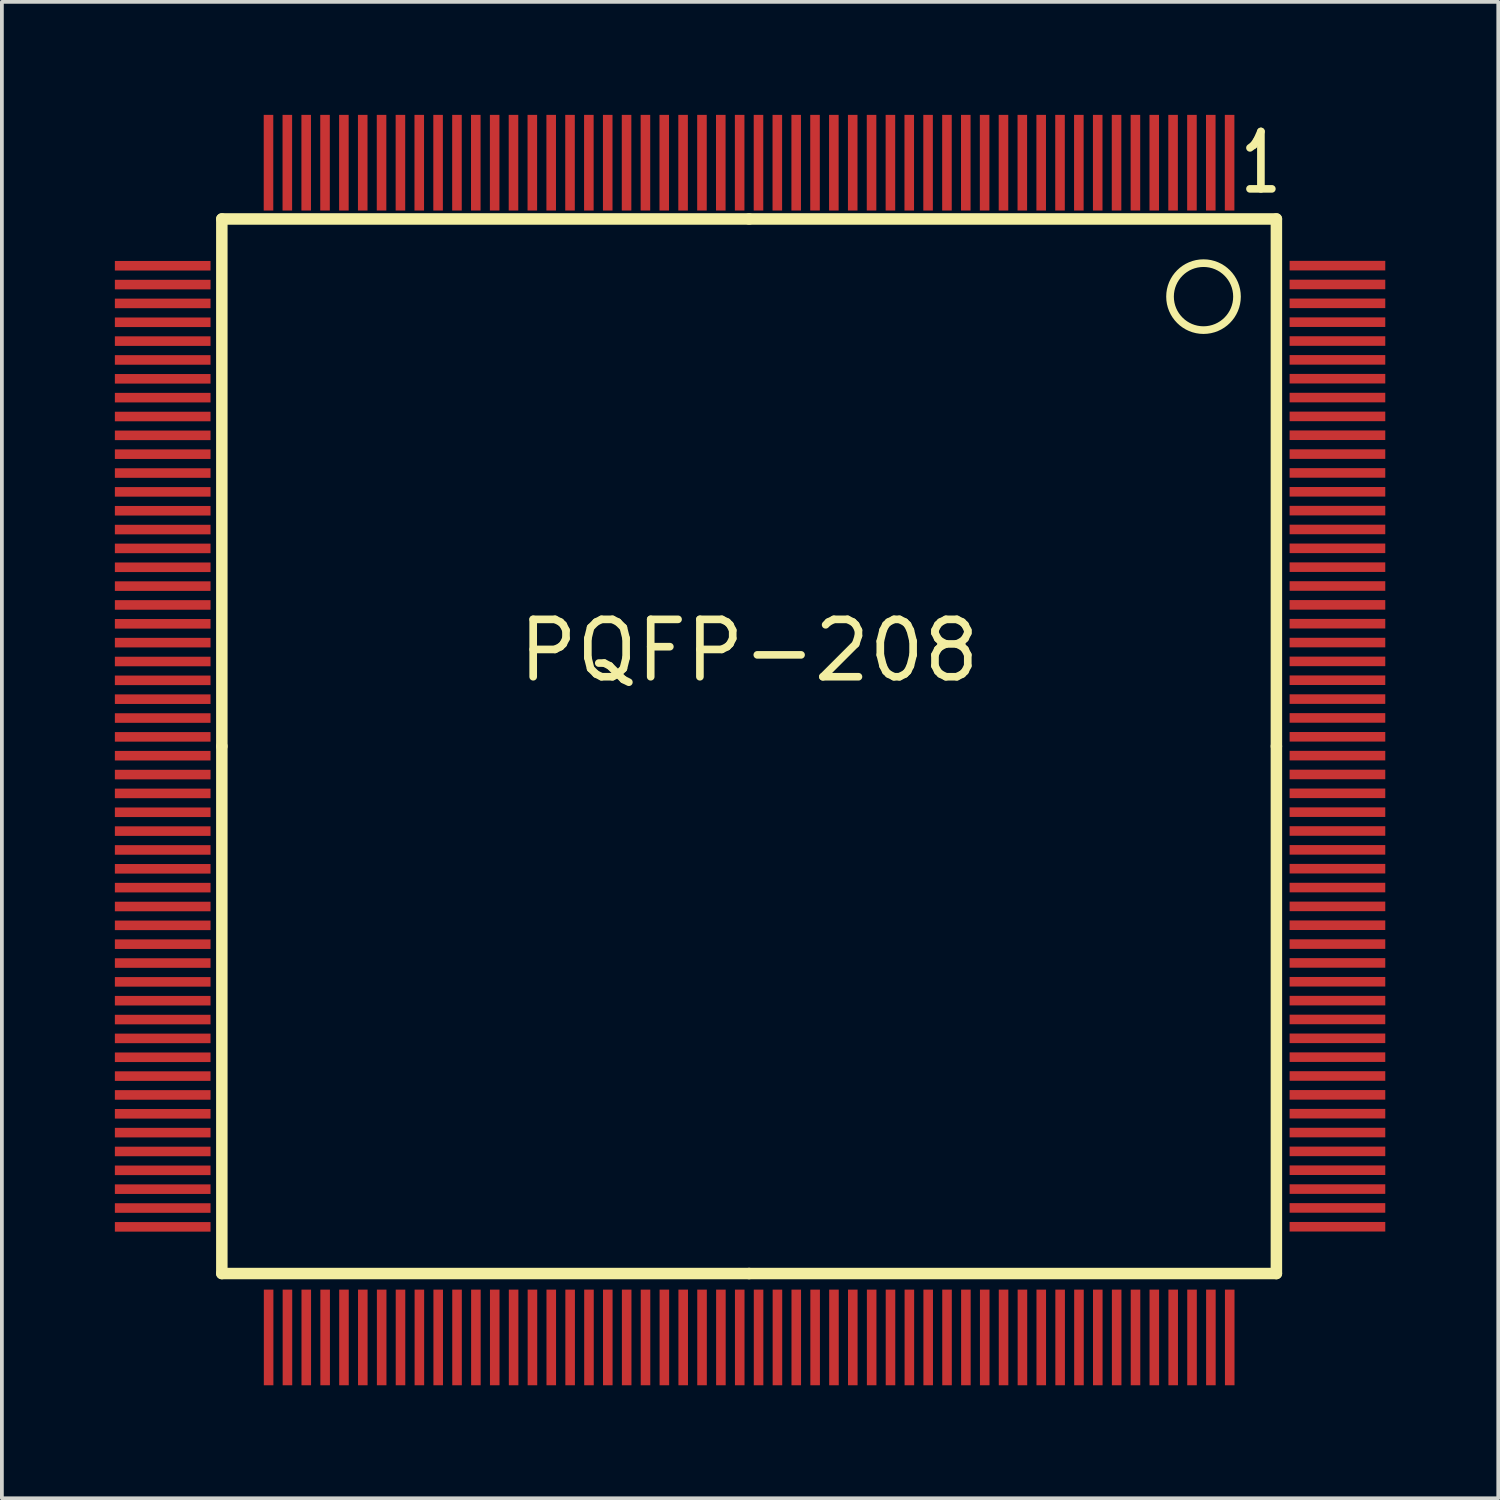
<source format=kicad_pcb>
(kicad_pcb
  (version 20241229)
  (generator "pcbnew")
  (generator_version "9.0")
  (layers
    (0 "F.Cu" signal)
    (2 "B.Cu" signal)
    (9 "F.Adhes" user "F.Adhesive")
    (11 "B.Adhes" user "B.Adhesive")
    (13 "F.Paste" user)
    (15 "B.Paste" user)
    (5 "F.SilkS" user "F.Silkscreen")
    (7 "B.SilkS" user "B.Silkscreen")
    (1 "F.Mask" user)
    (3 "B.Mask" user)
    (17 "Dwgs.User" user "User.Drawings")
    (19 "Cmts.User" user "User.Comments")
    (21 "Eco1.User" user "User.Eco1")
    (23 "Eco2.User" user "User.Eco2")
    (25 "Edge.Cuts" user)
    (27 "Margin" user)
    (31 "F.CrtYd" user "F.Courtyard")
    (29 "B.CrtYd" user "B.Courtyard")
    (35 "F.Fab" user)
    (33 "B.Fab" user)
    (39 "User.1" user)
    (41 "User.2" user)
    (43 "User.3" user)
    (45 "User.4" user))
  (footprint "PQFP-208"
    (layer "F.Cu")
    (at 16.84 16.764)
    (property "Reference" "PQFP-208" (at 0 -2.54 0) (layer "F.SilkS") (effects (font (size 1.524 1.524) (thickness 0.203))))
    (attr smd)
    (fp_line (start -14 -14) (end -14 0) (stroke (width 0.305) (type solid)) (layer "F.SilkS"))
    (fp_line (start -14 0) (end -14 14) (stroke (width 0.305) (type solid)) (layer "F.SilkS"))
    (fp_line (start -14 14) (end 0 14) (stroke (width 0.305) (type solid)) (layer "F.SilkS"))
    (fp_line (start 0 -14) (end -14 -14) (stroke (width 0.305) (type solid)) (layer "F.SilkS"))
    (fp_line (start 0 14) (end 14 14) (stroke (width 0.305) (type solid)) (layer "F.SilkS"))
    (fp_line (start 14 -14) (end 0 -14) (stroke (width 0.305) (type solid)) (layer "F.SilkS"))
    (fp_line (start 14 0) (end 14 -14) (stroke (width 0.305) (type solid)) (layer "F.SilkS"))
    (fp_line (start 14 14) (end 14 0) (stroke (width 0.305) (type solid)) (layer "F.SilkS"))
    (fp_circle (center 12.065 -11.938) (end 12.065 -12.827) (stroke (width 0.203) (type solid)) (fill no) (layer "F.SilkS"))
    (fp_text user "1" (at 13.589 -15.494 0) (layer "F.SilkS") (effects (font (size 1.524 1.016) (thickness 0.203))))
    (pad "1" smd rect (at 12.758 -15.494 90) (size 2.54 0.254) (layers "F.Cu" "F.Mask" "F.Paste"))
    (pad "2" smd rect (at 12.258 -15.494 90) (size 2.54 0.254) (layers "F.Cu" "F.Mask" "F.Paste"))
    (pad "3" smd rect (at 11.758 -15.494 90) (size 2.54 0.254) (layers "F.Cu" "F.Mask" "F.Paste"))
    (pad "4" smd rect (at 11.257 -15.494 90) (size 2.54 0.254) (layers "F.Cu" "F.Mask" "F.Paste"))
    (pad "5" smd rect (at 10.757 -15.494 90) (size 2.54 0.254) (layers "F.Cu" "F.Mask" "F.Paste"))
    (pad "6" smd rect (at 10.257 -15.494 90) (size 2.54 0.254) (layers "F.Cu" "F.Mask" "F.Paste"))
    (pad "7" smd rect (at 9.756 -15.494 90) (size 2.54 0.254) (layers "F.Cu" "F.Mask" "F.Paste"))
    (pad "8" smd rect (at 9.256 -15.494 90) (size 2.54 0.254) (layers "F.Cu" "F.Mask" "F.Paste"))
    (pad "9" smd rect (at 8.755 -15.494 90) (size 2.54 0.254) (layers "F.Cu" "F.Mask" "F.Paste"))
    (pad "10" smd rect (at 8.255 -15.494 90) (size 2.54 0.254) (layers "F.Cu" "F.Mask" "F.Paste"))
    (pad "11" smd rect (at 7.755 -15.494 90) (size 2.54 0.254) (layers "F.Cu" "F.Mask" "F.Paste"))
    (pad "12" smd rect (at 7.254 -15.494 90) (size 2.54 0.254) (layers "F.Cu" "F.Mask" "F.Paste"))
    (pad "13" smd rect (at 6.754 -15.494 90) (size 2.54 0.254) (layers "F.Cu" "F.Mask" "F.Paste"))
    (pad "14" smd rect (at 6.253 -15.494 90) (size 2.54 0.254) (layers "F.Cu" "F.Mask" "F.Paste"))
    (pad "15" smd rect (at 5.753 -15.494 90) (size 2.54 0.254) (layers "F.Cu" "F.Mask" "F.Paste"))
    (pad "16" smd rect (at 5.253 -15.494 90) (size 2.54 0.254) (layers "F.Cu" "F.Mask" "F.Paste"))
    (pad "17" smd rect (at 4.752 -15.494 90) (size 2.54 0.254) (layers "F.Cu" "F.Mask" "F.Paste"))
    (pad "18" smd rect (at 4.252 -15.494 90) (size 2.54 0.254) (layers "F.Cu" "F.Mask" "F.Paste"))
    (pad "19" smd rect (at 3.752 -15.494 90) (size 2.54 0.254) (layers "F.Cu" "F.Mask" "F.Paste"))
    (pad "20" smd rect (at 3.251 -15.494 90) (size 2.54 0.254) (layers "F.Cu" "F.Mask" "F.Paste"))
    (pad "21" smd rect (at 2.751 -15.494 90) (size 2.54 0.254) (layers "F.Cu" "F.Mask" "F.Paste"))
    (pad "22" smd rect (at 2.25 -15.494 90) (size 2.54 0.254) (layers "F.Cu" "F.Mask" "F.Paste"))
    (pad "23" smd rect (at 1.75 -15.494 90) (size 2.54 0.254) (layers "F.Cu" "F.Mask" "F.Paste"))
    (pad "24" smd rect (at 1.25 -15.494 90) (size 2.54 0.254) (layers "F.Cu" "F.Mask" "F.Paste"))
    (pad "25" smd rect (at 0.749 -15.494 90) (size 2.54 0.254) (layers "F.Cu" "F.Mask" "F.Paste"))
    (pad "26" smd rect (at 0.249 -15.494 90) (size 2.54 0.254) (layers "F.Cu" "F.Mask" "F.Paste"))
    (pad "27" smd rect (at -0.251 -15.494 90) (size 2.54 0.254) (layers "F.Cu" "F.Mask" "F.Paste"))
    (pad "28" smd rect (at -0.752 -15.494 90) (size 2.54 0.254) (layers "F.Cu" "F.Mask" "F.Paste"))
    (pad "29" smd rect (at -1.252 -15.494 90) (size 2.54 0.254) (layers "F.Cu" "F.Mask" "F.Paste"))
    (pad "30" smd rect (at -1.753 -15.494 90) (size 2.54 0.254) (layers "F.Cu" "F.Mask" "F.Paste"))
    (pad "31" smd rect (at -2.253 -15.494 90) (size 2.54 0.254) (layers "F.Cu" "F.Mask" "F.Paste"))
    (pad "32" smd rect (at -2.753 -15.494 90) (size 2.54 0.254) (layers "F.Cu" "F.Mask" "F.Paste"))
    (pad "33" smd rect (at -3.254 -15.494 90) (size 2.54 0.254) (layers "F.Cu" "F.Mask" "F.Paste"))
    (pad "34" smd rect (at -3.754 -15.494 90) (size 2.54 0.254) (layers "F.Cu" "F.Mask" "F.Paste"))
    (pad "35" smd rect (at -4.255 -15.494 90) (size 2.54 0.254) (layers "F.Cu" "F.Mask" "F.Paste"))
    (pad "36" smd rect (at -4.755 -15.494 90) (size 2.54 0.254) (layers "F.Cu" "F.Mask" "F.Paste"))
    (pad "37" smd rect (at -5.255 -15.494 90) (size 2.54 0.254) (layers "F.Cu" "F.Mask" "F.Paste"))
    (pad "38" smd rect (at -5.756 -15.494 90) (size 2.54 0.254) (layers "F.Cu" "F.Mask" "F.Paste"))
    (pad "39" smd rect (at -6.256 -15.494 90) (size 2.54 0.254) (layers "F.Cu" "F.Mask" "F.Paste"))
    (pad "40" smd rect (at -6.756 -15.494 90) (size 2.54 0.254) (layers "F.Cu" "F.Mask" "F.Paste"))
    (pad "41" smd rect (at -7.257 -15.494 90) (size 2.54 0.254) (layers "F.Cu" "F.Mask" "F.Paste"))
    (pad "42" smd rect (at -7.757 -15.494 90) (size 2.54 0.254) (layers "F.Cu" "F.Mask" "F.Paste"))
    (pad "43" smd rect (at -8.258 -15.494 90) (size 2.54 0.254) (layers "F.Cu" "F.Mask" "F.Paste"))
    (pad "44" smd rect (at -8.758 -15.494 90) (size 2.54 0.254) (layers "F.Cu" "F.Mask" "F.Paste"))
    (pad "45" smd rect (at -9.258 -15.494 90) (size 2.54 0.254) (layers "F.Cu" "F.Mask" "F.Paste"))
    (pad "46" smd rect (at -9.759 -15.494 90) (size 2.54 0.254) (layers "F.Cu" "F.Mask" "F.Paste"))
    (pad "47" smd rect (at -10.259 -15.494 90) (size 2.54 0.254) (layers "F.Cu" "F.Mask" "F.Paste"))
    (pad "48" smd rect (at -10.759 -15.494 90) (size 2.54 0.254) (layers "F.Cu" "F.Mask" "F.Paste"))
    (pad "49" smd rect (at -11.26 -15.494 90) (size 2.54 0.254) (layers "F.Cu" "F.Mask" "F.Paste"))
    (pad "50" smd rect (at -11.76 -15.494 90) (size 2.54 0.254) (layers "F.Cu" "F.Mask" "F.Paste"))
    (pad "51" smd rect (at -12.261 -15.494 90) (size 2.54 0.254) (layers "F.Cu" "F.Mask" "F.Paste"))
    (pad "52" smd rect (at -12.761 -15.494 90) (size 2.54 0.254) (layers "F.Cu" "F.Mask" "F.Paste"))
    (pad "53" smd rect (at -15.57 -12.758) (size 2.54 0.254) (layers "F.Cu" "F.Mask" "F.Paste"))
    (pad "54" smd rect (at -15.57 -12.258) (size 2.54 0.254) (layers "F.Cu" "F.Mask" "F.Paste"))
    (pad "55" smd rect (at -15.57 -11.758) (size 2.54 0.254) (layers "F.Cu" "F.Mask" "F.Paste"))
    (pad "56" smd rect (at -15.57 -11.257) (size 2.54 0.254) (layers "F.Cu" "F.Mask" "F.Paste"))
    (pad "57" smd rect (at -15.57 -10.757) (size 2.54 0.254) (layers "F.Cu" "F.Mask" "F.Paste"))
    (pad "58" smd rect (at -15.57 -10.257) (size 2.54 0.254) (layers "F.Cu" "F.Mask" "F.Paste"))
    (pad "59" smd rect (at -15.57 -9.756) (size 2.54 0.254) (layers "F.Cu" "F.Mask" "F.Paste"))
    (pad "60" smd rect (at -15.57 -9.256) (size 2.54 0.254) (layers "F.Cu" "F.Mask" "F.Paste"))
    (pad "61" smd rect (at -15.57 -8.755) (size 2.54 0.254) (layers "F.Cu" "F.Mask" "F.Paste"))
    (pad "62" smd rect (at -15.57 -8.255) (size 2.54 0.254) (layers "F.Cu" "F.Mask" "F.Paste"))
    (pad "63" smd rect (at -15.57 -7.755) (size 2.54 0.254) (layers "F.Cu" "F.Mask" "F.Paste"))
    (pad "64" smd rect (at -15.57 -7.254) (size 2.54 0.254) (layers "F.Cu" "F.Mask" "F.Paste"))
    (pad "65" smd rect (at -15.57 -6.754) (size 2.54 0.254) (layers "F.Cu" "F.Mask" "F.Paste"))
    (pad "66" smd rect (at -15.57 -6.253) (size 2.54 0.254) (layers "F.Cu" "F.Mask" "F.Paste"))
    (pad "67" smd rect (at -15.57 -5.753) (size 2.54 0.254) (layers "F.Cu" "F.Mask" "F.Paste"))
    (pad "68" smd rect (at -15.57 -5.253) (size 2.54 0.254) (layers "F.Cu" "F.Mask" "F.Paste"))
    (pad "69" smd rect (at -15.57 -4.752) (size 2.54 0.254) (layers "F.Cu" "F.Mask" "F.Paste"))
    (pad "70" smd rect (at -15.57 -4.252) (size 2.54 0.254) (layers "F.Cu" "F.Mask" "F.Paste"))
    (pad "71" smd rect (at -15.57 -3.752) (size 2.54 0.254) (layers "F.Cu" "F.Mask" "F.Paste"))
    (pad "72" smd rect (at -15.57 -3.251) (size 2.54 0.254) (layers "F.Cu" "F.Mask" "F.Paste"))
    (pad "73" smd rect (at -15.57 -2.751) (size 2.54 0.254) (layers "F.Cu" "F.Mask" "F.Paste"))
    (pad "74" smd rect (at -15.57 -2.25) (size 2.54 0.254) (layers "F.Cu" "F.Mask" "F.Paste"))
    (pad "75" smd rect (at -15.57 -1.75) (size 2.54 0.254) (layers "F.Cu" "F.Mask" "F.Paste"))
    (pad "76" smd rect (at -15.57 -1.25) (size 2.54 0.254) (layers "F.Cu" "F.Mask" "F.Paste"))
    (pad "77" smd rect (at -15.57 -0.749) (size 2.54 0.254) (layers "F.Cu" "F.Mask" "F.Paste"))
    (pad "78" smd rect (at -15.57 -0.249) (size 2.54 0.254) (layers "F.Cu" "F.Mask" "F.Paste"))
    (pad "79" smd rect (at -15.57 0.251) (size 2.54 0.254) (layers "F.Cu" "F.Mask" "F.Paste"))
    (pad "80" smd rect (at -15.57 0.752) (size 2.54 0.254) (layers "F.Cu" "F.Mask" "F.Paste"))
    (pad "81" smd rect (at -15.57 1.252) (size 2.54 0.254) (layers "F.Cu" "F.Mask" "F.Paste"))
    (pad "82" smd rect (at -15.57 1.753) (size 2.54 0.254) (layers "F.Cu" "F.Mask" "F.Paste"))
    (pad "83" smd rect (at -15.57 2.253) (size 2.54 0.254) (layers "F.Cu" "F.Mask" "F.Paste"))
    (pad "84" smd rect (at -15.57 2.753) (size 2.54 0.254) (layers "F.Cu" "F.Mask" "F.Paste"))
    (pad "85" smd rect (at -15.57 3.254) (size 2.54 0.254) (layers "F.Cu" "F.Mask" "F.Paste"))
    (pad "86" smd rect (at -15.57 3.754) (size 2.54 0.254) (layers "F.Cu" "F.Mask" "F.Paste"))
    (pad "87" smd rect (at -15.57 4.255) (size 2.54 0.254) (layers "F.Cu" "F.Mask" "F.Paste"))
    (pad "88" smd rect (at -15.57 4.755) (size 2.54 0.254) (layers "F.Cu" "F.Mask" "F.Paste"))
    (pad "89" smd rect (at -15.57 5.255) (size 2.54 0.254) (layers "F.Cu" "F.Mask" "F.Paste"))
    (pad "90" smd rect (at -15.57 5.756) (size 2.54 0.254) (layers "F.Cu" "F.Mask" "F.Paste"))
    (pad "91" smd rect (at -15.57 6.256) (size 2.54 0.254) (layers "F.Cu" "F.Mask" "F.Paste"))
    (pad "92" smd rect (at -15.57 6.756) (size 2.54 0.254) (layers "F.Cu" "F.Mask" "F.Paste"))
    (pad "93" smd rect (at -15.57 7.257) (size 2.54 0.254) (layers "F.Cu" "F.Mask" "F.Paste"))
    (pad "94" smd rect (at -15.57 7.757) (size 2.54 0.254) (layers "F.Cu" "F.Mask" "F.Paste"))
    (pad "95" smd rect (at -15.57 8.258) (size 2.54 0.254) (layers "F.Cu" "F.Mask" "F.Paste"))
    (pad "96" smd rect (at -15.57 8.758) (size 2.54 0.254) (layers "F.Cu" "F.Mask" "F.Paste"))
    (pad "97" smd rect (at -15.57 9.258) (size 2.54 0.254) (layers "F.Cu" "F.Mask" "F.Paste"))
    (pad "98" smd rect (at -15.57 9.759) (size 2.54 0.254) (layers "F.Cu" "F.Mask" "F.Paste"))
    (pad "99" smd rect (at -15.57 10.259) (size 2.54 0.254) (layers "F.Cu" "F.Mask" "F.Paste"))
    (pad "100" smd rect (at -15.57 10.759) (size 2.54 0.254) (layers "F.Cu" "F.Mask" "F.Paste"))
    (pad "101" smd rect (at -15.57 11.26) (size 2.54 0.254) (layers "F.Cu" "F.Mask" "F.Paste"))
    (pad "102" smd rect (at -15.57 11.76) (size 2.54 0.254) (layers "F.Cu" "F.Mask" "F.Paste"))
    (pad "103" smd rect (at -15.57 12.261) (size 2.54 0.254) (layers "F.Cu" "F.Mask" "F.Paste"))
    (pad "104" smd rect (at -15.57 12.761) (size 2.54 0.254) (layers "F.Cu" "F.Mask" "F.Paste"))
    (pad "105" smd rect (at -12.758 15.697 90) (size 2.54 0.254) (layers "F.Cu" "F.Mask" "F.Paste"))
    (pad "106" smd rect (at -12.258 15.697 90) (size 2.54 0.254) (layers "F.Cu" "F.Mask" "F.Paste"))
    (pad "107" smd rect (at -11.758 15.697 90) (size 2.54 0.254) (layers "F.Cu" "F.Mask" "F.Paste"))
    (pad "108" smd rect (at -11.257 15.697 90) (size 2.54 0.254) (layers "F.Cu" "F.Mask" "F.Paste"))
    (pad "109" smd rect (at -10.757 15.697 90) (size 2.54 0.254) (layers "F.Cu" "F.Mask" "F.Paste"))
    (pad "110" smd rect (at -10.257 15.697 90) (size 2.54 0.254) (layers "F.Cu" "F.Mask" "F.Paste"))
    (pad "111" smd rect (at -9.756 15.697 90) (size 2.54 0.254) (layers "F.Cu" "F.Mask" "F.Paste"))
    (pad "112" smd rect (at -9.256 15.697 90) (size 2.54 0.254) (layers "F.Cu" "F.Mask" "F.Paste"))
    (pad "113" smd rect (at -8.755 15.697 90) (size 2.54 0.254) (layers "F.Cu" "F.Mask" "F.Paste"))
    (pad "114" smd rect (at -8.255 15.697 90) (size 2.54 0.254) (layers "F.Cu" "F.Mask" "F.Paste"))
    (pad "115" smd rect (at -7.755 15.697 90) (size 2.54 0.254) (layers "F.Cu" "F.Mask" "F.Paste"))
    (pad "116" smd rect (at -7.254 15.697 90) (size 2.54 0.254) (layers "F.Cu" "F.Mask" "F.Paste"))
    (pad "117" smd rect (at -6.754 15.697 90) (size 2.54 0.254) (layers "F.Cu" "F.Mask" "F.Paste"))
    (pad "118" smd rect (at -6.253 15.697 90) (size 2.54 0.254) (layers "F.Cu" "F.Mask" "F.Paste"))
    (pad "119" smd rect (at -5.753 15.697 90) (size 2.54 0.254) (layers "F.Cu" "F.Mask" "F.Paste"))
    (pad "120" smd rect (at -5.253 15.697 90) (size 2.54 0.254) (layers "F.Cu" "F.Mask" "F.Paste"))
    (pad "121" smd rect (at -4.752 15.697 90) (size 2.54 0.254) (layers "F.Cu" "F.Mask" "F.Paste"))
    (pad "122" smd rect (at -4.252 15.697 90) (size 2.54 0.254) (layers "F.Cu" "F.Mask" "F.Paste"))
    (pad "123" smd rect (at -3.752 15.697 90) (size 2.54 0.254) (layers "F.Cu" "F.Mask" "F.Paste"))
    (pad "124" smd rect (at -3.251 15.697 90) (size 2.54 0.254) (layers "F.Cu" "F.Mask" "F.Paste"))
    (pad "125" smd rect (at -2.751 15.697 90) (size 2.54 0.254) (layers "F.Cu" "F.Mask" "F.Paste"))
    (pad "126" smd rect (at -2.25 15.697 90) (size 2.54 0.254) (layers "F.Cu" "F.Mask" "F.Paste"))
    (pad "127" smd rect (at -1.75 15.697 90) (size 2.54 0.254) (layers "F.Cu" "F.Mask" "F.Paste"))
    (pad "128" smd rect (at -1.25 15.697 90) (size 2.54 0.254) (layers "F.Cu" "F.Mask" "F.Paste"))
    (pad "129" smd rect (at -0.749 15.697 90) (size 2.54 0.254) (layers "F.Cu" "F.Mask" "F.Paste"))
    (pad "130" smd rect (at -0.249 15.697 90) (size 2.54 0.254) (layers "F.Cu" "F.Mask" "F.Paste"))
    (pad "131" smd rect (at 0.251 15.697 90) (size 2.54 0.254) (layers "F.Cu" "F.Mask" "F.Paste"))
    (pad "132" smd rect (at 0.752 15.697 90) (size 2.54 0.254) (layers "F.Cu" "F.Mask" "F.Paste"))
    (pad "133" smd rect (at 1.252 15.697 90) (size 2.54 0.254) (layers "F.Cu" "F.Mask" "F.Paste"))
    (pad "134" smd rect (at 1.753 15.697 90) (size 2.54 0.254) (layers "F.Cu" "F.Mask" "F.Paste"))
    (pad "135" smd rect (at 2.253 15.697 90) (size 2.54 0.254) (layers "F.Cu" "F.Mask" "F.Paste"))
    (pad "136" smd rect (at 2.753 15.697 90) (size 2.54 0.254) (layers "F.Cu" "F.Mask" "F.Paste"))
    (pad "137" smd rect (at 3.254 15.697 90) (size 2.54 0.254) (layers "F.Cu" "F.Mask" "F.Paste"))
    (pad "138" smd rect (at 3.754 15.697 90) (size 2.54 0.254) (layers "F.Cu" "F.Mask" "F.Paste"))
    (pad "139" smd rect (at 4.255 15.697 90) (size 2.54 0.254) (layers "F.Cu" "F.Mask" "F.Paste"))
    (pad "140" smd rect (at 4.755 15.697 90) (size 2.54 0.254) (layers "F.Cu" "F.Mask" "F.Paste"))
    (pad "141" smd rect (at 5.255 15.697 90) (size 2.54 0.254) (layers "F.Cu" "F.Mask" "F.Paste"))
    (pad "142" smd rect (at 5.756 15.697 90) (size 2.54 0.254) (layers "F.Cu" "F.Mask" "F.Paste"))
    (pad "143" smd rect (at 6.256 15.697 90) (size 2.54 0.254) (layers "F.Cu" "F.Mask" "F.Paste"))
    (pad "144" smd rect (at 6.756 15.697 90) (size 2.54 0.254) (layers "F.Cu" "F.Mask" "F.Paste"))
    (pad "145" smd rect (at 7.257 15.697 90) (size 2.54 0.254) (layers "F.Cu" "F.Mask" "F.Paste"))
    (pad "146" smd rect (at 7.757 15.697 90) (size 2.54 0.254) (layers "F.Cu" "F.Mask" "F.Paste"))
    (pad "147" smd rect (at 8.258 15.697 90) (size 2.54 0.254) (layers "F.Cu" "F.Mask" "F.Paste"))
    (pad "148" smd rect (at 8.758 15.697 90) (size 2.54 0.254) (layers "F.Cu" "F.Mask" "F.Paste"))
    (pad "149" smd rect (at 9.258 15.697 90) (size 2.54 0.254) (layers "F.Cu" "F.Mask" "F.Paste"))
    (pad "150" smd rect (at 9.759 15.697 90) (size 2.54 0.254) (layers "F.Cu" "F.Mask" "F.Paste"))
    (pad "151" smd rect (at 10.259 15.697 90) (size 2.54 0.254) (layers "F.Cu" "F.Mask" "F.Paste"))
    (pad "152" smd rect (at 10.759 15.697 90) (size 2.54 0.254) (layers "F.Cu" "F.Mask" "F.Paste"))
    (pad "153" smd rect (at 11.26 15.697 90) (size 2.54 0.254) (layers "F.Cu" "F.Mask" "F.Paste"))
    (pad "154" smd rect (at 11.76 15.697 90) (size 2.54 0.254) (layers "F.Cu" "F.Mask" "F.Paste"))
    (pad "155" smd rect (at 12.261 15.697 90) (size 2.54 0.254) (layers "F.Cu" "F.Mask" "F.Paste"))
    (pad "156" smd rect (at 12.761 15.697 90) (size 2.54 0.254) (layers "F.Cu" "F.Mask" "F.Paste"))
    (pad "157" smd rect (at 15.621 12.758) (size 2.54 0.254) (layers "F.Cu" "F.Mask" "F.Paste"))
    (pad "158" smd rect (at 15.621 12.258) (size 2.54 0.254) (layers "F.Cu" "F.Mask" "F.Paste"))
    (pad "159" smd rect (at 15.621 11.758) (size 2.54 0.254) (layers "F.Cu" "F.Mask" "F.Paste"))
    (pad "160" smd rect (at 15.621 11.257) (size 2.54 0.254) (layers "F.Cu" "F.Mask" "F.Paste"))
    (pad "161" smd rect (at 15.621 10.757) (size 2.54 0.254) (layers "F.Cu" "F.Mask" "F.Paste"))
    (pad "162" smd rect (at 15.621 10.257) (size 2.54 0.254) (layers "F.Cu" "F.Mask" "F.Paste"))
    (pad "163" smd rect (at 15.621 9.756) (size 2.54 0.254) (layers "F.Cu" "F.Mask" "F.Paste"))
    (pad "164" smd rect (at 15.621 9.256) (size 2.54 0.254) (layers "F.Cu" "F.Mask" "F.Paste"))
    (pad "165" smd rect (at 15.621 8.755) (size 2.54 0.254) (layers "F.Cu" "F.Mask" "F.Paste"))
    (pad "166" smd rect (at 15.621 8.255) (size 2.54 0.254) (layers "F.Cu" "F.Mask" "F.Paste"))
    (pad "167" smd rect (at 15.621 7.755) (size 2.54 0.254) (layers "F.Cu" "F.Mask" "F.Paste"))
    (pad "168" smd rect (at 15.621 7.254) (size 2.54 0.254) (layers "F.Cu" "F.Mask" "F.Paste"))
    (pad "169" smd rect (at 15.621 6.754) (size 2.54 0.254) (layers "F.Cu" "F.Mask" "F.Paste"))
    (pad "170" smd rect (at 15.621 6.253) (size 2.54 0.254) (layers "F.Cu" "F.Mask" "F.Paste"))
    (pad "171" smd rect (at 15.621 5.753) (size 2.54 0.254) (layers "F.Cu" "F.Mask" "F.Paste"))
    (pad "172" smd rect (at 15.621 5.253) (size 2.54 0.254) (layers "F.Cu" "F.Mask" "F.Paste"))
    (pad "173" smd rect (at 15.621 4.752) (size 2.54 0.254) (layers "F.Cu" "F.Mask" "F.Paste"))
    (pad "174" smd rect (at 15.621 4.252) (size 2.54 0.254) (layers "F.Cu" "F.Mask" "F.Paste"))
    (pad "175" smd rect (at 15.621 3.752) (size 2.54 0.254) (layers "F.Cu" "F.Mask" "F.Paste"))
    (pad "176" smd rect (at 15.621 3.251) (size 2.54 0.254) (layers "F.Cu" "F.Mask" "F.Paste"))
    (pad "177" smd rect (at 15.621 2.751) (size 2.54 0.254) (layers "F.Cu" "F.Mask" "F.Paste"))
    (pad "178" smd rect (at 15.621 2.25) (size 2.54 0.254) (layers "F.Cu" "F.Mask" "F.Paste"))
    (pad "179" smd rect (at 15.621 1.75) (size 2.54 0.254) (layers "F.Cu" "F.Mask" "F.Paste"))
    (pad "180" smd rect (at 15.621 1.25) (size 2.54 0.254) (layers "F.Cu" "F.Mask" "F.Paste"))
    (pad "181" smd rect (at 15.621 0.749) (size 2.54 0.254) (layers "F.Cu" "F.Mask" "F.Paste"))
    (pad "182" smd rect (at 15.621 0.249) (size 2.54 0.254) (layers "F.Cu" "F.Mask" "F.Paste"))
    (pad "183" smd rect (at 15.621 -0.251) (size 2.54 0.254) (layers "F.Cu" "F.Mask" "F.Paste"))
    (pad "184" smd rect (at 15.621 -0.752) (size 2.54 0.254) (layers "F.Cu" "F.Mask" "F.Paste"))
    (pad "185" smd rect (at 15.621 -1.252) (size 2.54 0.254) (layers "F.Cu" "F.Mask" "F.Paste"))
    (pad "186" smd rect (at 15.621 -1.753) (size 2.54 0.254) (layers "F.Cu" "F.Mask" "F.Paste"))
    (pad "187" smd rect (at 15.621 -2.253) (size 2.54 0.254) (layers "F.Cu" "F.Mask" "F.Paste"))
    (pad "188" smd rect (at 15.621 -2.753) (size 2.54 0.254) (layers "F.Cu" "F.Mask" "F.Paste"))
    (pad "189" smd rect (at 15.621 -3.254) (size 2.54 0.254) (layers "F.Cu" "F.Mask" "F.Paste"))
    (pad "190" smd rect (at 15.621 -3.754) (size 2.54 0.254) (layers "F.Cu" "F.Mask" "F.Paste"))
    (pad "191" smd rect (at 15.621 -4.255) (size 2.54 0.254) (layers "F.Cu" "F.Mask" "F.Paste"))
    (pad "192" smd rect (at 15.621 -4.755) (size 2.54 0.254) (layers "F.Cu" "F.Mask" "F.Paste"))
    (pad "193" smd rect (at 15.621 -5.255) (size 2.54 0.254) (layers "F.Cu" "F.Mask" "F.Paste"))
    (pad "194" smd rect (at 15.621 -5.756) (size 2.54 0.254) (layers "F.Cu" "F.Mask" "F.Paste"))
    (pad "195" smd rect (at 15.621 -6.256) (size 2.54 0.254) (layers "F.Cu" "F.Mask" "F.Paste"))
    (pad "196" smd rect (at 15.621 -6.756) (size 2.54 0.254) (layers "F.Cu" "F.Mask" "F.Paste"))
    (pad "197" smd rect (at 15.621 -7.257) (size 2.54 0.254) (layers "F.Cu" "F.Mask" "F.Paste"))
    (pad "198" smd rect (at 15.621 -7.757) (size 2.54 0.254) (layers "F.Cu" "F.Mask" "F.Paste"))
    (pad "199" smd rect (at 15.621 -8.258) (size 2.54 0.254) (layers "F.Cu" "F.Mask" "F.Paste"))
    (pad "200" smd rect (at 15.621 -8.758) (size 2.54 0.254) (layers "F.Cu" "F.Mask" "F.Paste"))
    (pad "201" smd rect (at 15.621 -9.258) (size 2.54 0.254) (layers "F.Cu" "F.Mask" "F.Paste"))
    (pad "202" smd rect (at 15.621 -9.759) (size 2.54 0.254) (layers "F.Cu" "F.Mask" "F.Paste"))
    (pad "203" smd rect (at 15.621 -10.259) (size 2.54 0.254) (layers "F.Cu" "F.Mask" "F.Paste"))
    (pad "204" smd rect (at 15.621 -10.759) (size 2.54 0.254) (layers "F.Cu" "F.Mask" "F.Paste"))
    (pad "205" smd rect (at 15.621 -11.26) (size 2.54 0.254) (layers "F.Cu" "F.Mask" "F.Paste"))
    (pad "206" smd rect (at 15.621 -11.76) (size 2.54 0.254) (layers "F.Cu" "F.Mask" "F.Paste"))
    (pad "207" smd rect (at 15.621 -12.261) (size 2.54 0.254) (layers "F.Cu" "F.Mask" "F.Paste"))
    (pad "208" smd rect (at 15.621 -12.761) (size 2.54 0.254) (layers "F.Cu" "F.Mask" "F.Paste")))
  (gr_rect
    (start -3 -3)
    (end 36.731 36.731)
    (stroke (width 0.1) (type default))
    (fill no)
    (layer "Edge.Cuts")))
</source>
